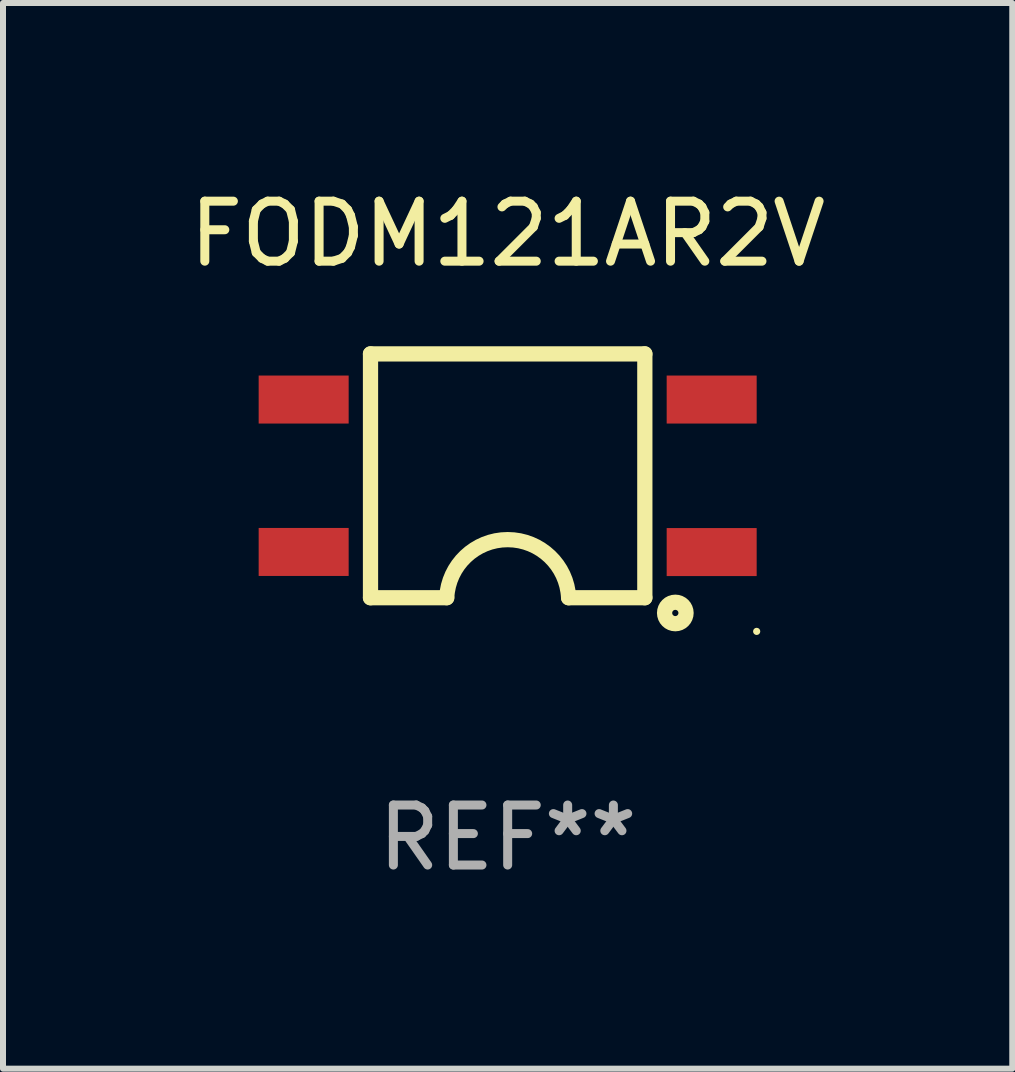
<source format=kicad_pcb>
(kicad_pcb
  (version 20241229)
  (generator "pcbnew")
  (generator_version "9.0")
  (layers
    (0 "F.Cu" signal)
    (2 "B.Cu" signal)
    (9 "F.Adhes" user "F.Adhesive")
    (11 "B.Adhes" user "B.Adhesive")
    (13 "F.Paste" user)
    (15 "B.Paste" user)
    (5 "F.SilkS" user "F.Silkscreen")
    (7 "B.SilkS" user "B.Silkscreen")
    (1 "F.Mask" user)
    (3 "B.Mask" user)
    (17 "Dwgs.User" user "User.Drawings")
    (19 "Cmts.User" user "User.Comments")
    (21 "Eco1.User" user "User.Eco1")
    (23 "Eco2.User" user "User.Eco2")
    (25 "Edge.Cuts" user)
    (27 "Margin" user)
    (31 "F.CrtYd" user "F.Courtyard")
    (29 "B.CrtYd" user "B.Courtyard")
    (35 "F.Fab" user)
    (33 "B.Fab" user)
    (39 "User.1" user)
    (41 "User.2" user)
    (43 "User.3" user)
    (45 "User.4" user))
  (footprint "FODM121AR2V"
    (layer "F.Cu")
    (at 5.411 4.88)
    (property "Reference" "FODM121AR2V" (at 0 -4.032 0) (layer "F.SilkS") (effects (font (size 1 1) (thickness 0.15))))
    (attr through_hole)
    (fp_line (start -2.286 -2.032) (end -2.286 2.032) (stroke (width 0.254) (type solid)) (layer "F.SilkS"))
    (fp_line (start -2.286 2.032) (end -1.016 2.032) (stroke (width 0.254) (type solid)) (layer "F.SilkS"))
    (fp_line (start 2.286 -2.032) (end -2.286 -2.032) (stroke (width 0.254) (type solid)) (layer "F.SilkS"))
    (fp_line (start 2.286 2.032) (end 1.016 2.032) (stroke (width 0.254) (type solid)) (layer "F.SilkS"))
    (fp_line (start 2.286 2.032) (end 2.286 -2.032) (stroke (width 0.254) (type solid)) (layer "F.SilkS"))
    (fp_arc (start -1.015825 2.030912) (mid 0.000609 1.063506) (end 1.016002 2.032004) (stroke (width 0.254001) (type solid)) (layer "F.SilkS"))
    (fp_circle (center 2.794 2.286) (end 2.973 2.286) (stroke (width 0.254) (type solid)) (fill no) (layer "F.SilkS"))
    (fp_circle (center 4.15 2.593) (end 4.18 2.593) (stroke (width 0.06) (type solid)) (fill no) (layer "F.SilkS"))
    (fp_text user "REF**" (at 0 6.032 0) (layer "F.Fab") (effects (font (size 1 1) (thickness 0.15))))
    (pad "1" smd rect (at 3.4 1.271 180) (size 1.5 0.8) (layers "F.Cu" "F.Mask" "F.Paste"))
    (pad "2" smd rect (at 3.4 -1.271 180) (size 1.5 0.8) (layers "F.Cu" "F.Mask" "F.Paste"))
    (pad "3" smd rect (at -3.4 -1.271 180) (size 1.5 0.8) (layers "F.Cu" "F.Mask" "F.Paste"))
    (pad "4" smd rect (at -3.4 1.269 180) (size 1.5 0.8) (layers "F.Cu" "F.Mask" "F.Paste")))
  (gr_rect
    (start -3 -3)
    (end 13.821 14.761)
    (stroke (width 0.1) (type default))
    (fill no)
    (layer "Edge.Cuts")))
</source>
